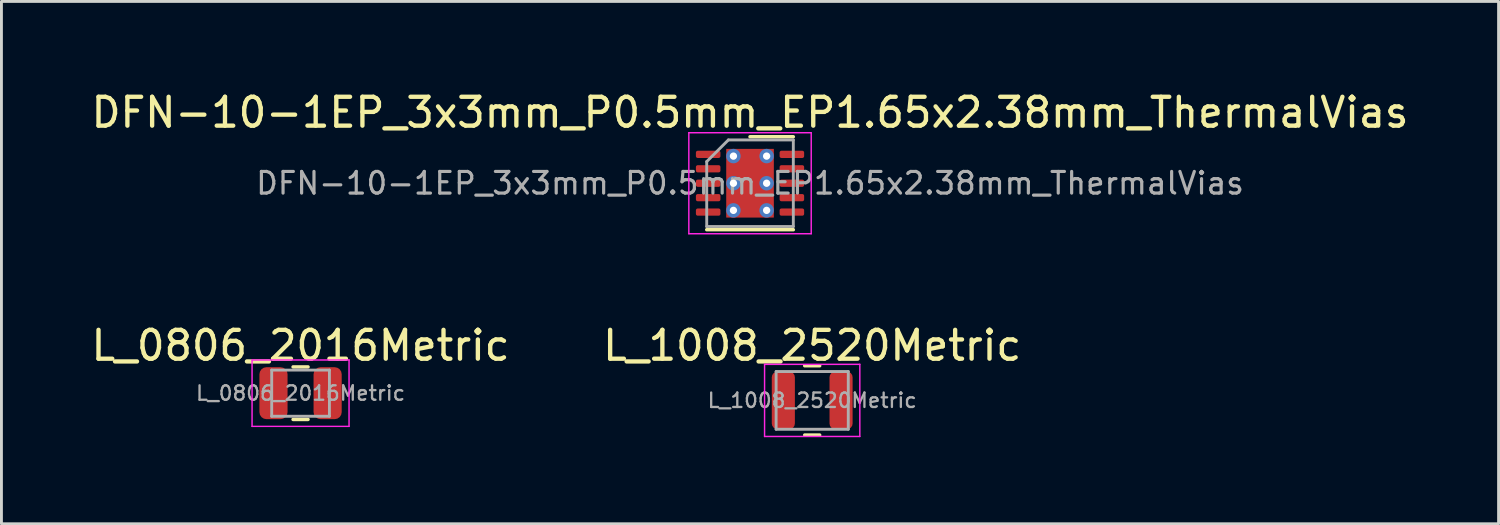
<source format=kicad_pcb>
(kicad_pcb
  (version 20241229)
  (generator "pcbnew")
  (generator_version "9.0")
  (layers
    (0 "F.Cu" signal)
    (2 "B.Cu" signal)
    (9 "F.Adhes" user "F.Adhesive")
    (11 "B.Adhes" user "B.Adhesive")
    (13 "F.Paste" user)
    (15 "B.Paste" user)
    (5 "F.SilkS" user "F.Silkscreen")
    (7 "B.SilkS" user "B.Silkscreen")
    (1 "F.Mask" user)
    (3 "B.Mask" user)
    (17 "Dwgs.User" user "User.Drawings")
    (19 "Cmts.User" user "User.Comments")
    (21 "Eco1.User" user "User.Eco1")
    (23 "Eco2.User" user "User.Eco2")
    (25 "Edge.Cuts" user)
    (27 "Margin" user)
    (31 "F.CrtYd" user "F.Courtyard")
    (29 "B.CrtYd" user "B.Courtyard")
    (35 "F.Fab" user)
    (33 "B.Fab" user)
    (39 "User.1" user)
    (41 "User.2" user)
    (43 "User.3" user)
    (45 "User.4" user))
  (footprint "L_0806_2016Metric"
    (layer "F.Cu")
    (at 7.363 10.572)
    (property "Reference" "L_0806_2016Metric" (at 0 -1.65 0) (layer "F.SilkS") (effects (font (size 1 1) (thickness 0.15))))
    (attr smd)
    (fp_line (start -0.259 -0.91) (end 0.259 -0.91) (stroke (width 0.12) (type solid)) (layer "F.SilkS"))
    (fp_line (start -0.259 0.91) (end 0.259 0.91) (stroke (width 0.12) (type solid)) (layer "F.SilkS"))
    (fp_line (start -1.68 -1.15) (end 1.68 -1.15) (stroke (width 0.05) (type solid)) (layer "F.CrtYd"))
    (fp_line (start -1.68 1.15) (end -1.68 -1.15) (stroke (width 0.05) (type solid)) (layer "F.CrtYd"))
    (fp_line (start 1.68 -1.15) (end 1.68 1.15) (stroke (width 0.05) (type solid)) (layer "F.CrtYd"))
    (fp_line (start 1.68 1.15) (end -1.68 1.15) (stroke (width 0.05) (type solid)) (layer "F.CrtYd"))
    (fp_line (start -1 -0.8) (end 1 -0.8) (stroke (width 0.1) (type solid)) (layer "F.Fab"))
    (fp_line (start -1 0.8) (end -1 -0.8) (stroke (width 0.1) (type solid)) (layer "F.Fab"))
    (fp_line (start 1 -0.8) (end 1 0.8) (stroke (width 0.1) (type solid)) (layer "F.Fab"))
    (fp_line (start 1 0.8) (end -1 0.8) (stroke (width 0.1) (type solid)) (layer "F.Fab"))
    (fp_text user "${REFERENCE}" (at 0 0 0) (layer "F.Fab") (effects (font (size 0.5 0.5) (thickness 0.08))))
    (pad "1" smd roundrect (at -0.938 0) (size 0.975 1.8) (layers "F.Cu" "F.Mask" "F.Paste") (roundrect_rratio 0.25))
    (pad "2" smd roundrect (at 0.938 0) (size 0.975 1.8) (layers "F.Cu" "F.Mask" "F.Paste") (roundrect_rratio 0.25)))
  (footprint "L_1008_2520Metric"
    (layer "F.Cu")
    (at 25.089 10.822)
    (property "Reference" "L_1008_2520Metric" (at 0 -1.9 0) (layer "F.SilkS") (effects (font (size 1 1) (thickness 0.15))))
    (attr smd)
    (fp_line (start -0.259 -1.2) (end 0.259 -1.2) (stroke (width 0.12) (type solid)) (layer "F.SilkS"))
    (fp_line (start -0.259 1.2) (end 0.259 1.2) (stroke (width 0.12) (type solid)) (layer "F.SilkS"))
    (fp_line (start -1.65 -1.25) (end 1.65 -1.25) (stroke (width 0.05) (type solid)) (layer "F.CrtYd"))
    (fp_line (start -1.65 1.25) (end -1.65 -1.25) (stroke (width 0.05) (type solid)) (layer "F.CrtYd"))
    (fp_line (start -1.65 1.25) (end 1.65 1.25) (stroke (width 0.05) (type solid)) (layer "F.CrtYd"))
    (fp_line (start 1.65 -1.25) (end 1.65 1.25) (stroke (width 0.05) (type solid)) (layer "F.CrtYd"))
    (fp_line (start -1.25 -1) (end 1.25 -1) (stroke (width 0.1) (type solid)) (layer "F.Fab"))
    (fp_line (start -1.25 1) (end -1.25 -1) (stroke (width 0.1) (type solid)) (layer "F.Fab"))
    (fp_line (start 1.25 -1) (end 1.25 1) (stroke (width 0.1) (type solid)) (layer "F.Fab"))
    (fp_line (start 1.25 1) (end -1.25 1) (stroke (width 0.1) (type solid)) (layer "F.Fab"))
    (fp_text user "${REFERENCE}" (at 0 0 0) (layer "F.Fab") (effects (font (size 0.5 0.5) (thickness 0.08))))
    (pad "1" smd roundrect (at -1 0) (size 0.8 2) (layers "F.Cu" "F.Mask" "F.Paste") (roundrect_rratio 0.25))
    (pad "2" smd roundrect (at 1 0) (size 0.8 2) (layers "F.Cu" "F.Mask" "F.Paste") (roundrect_rratio 0.25)))
  (footprint "DFN-10-1EP_3x3mm_P0.5mm_EP1.65x2.38mm_ThermalVias"
    (layer "F.Cu")
    (at 22.935 3.298)
    (property "Reference" "DFN-10-1EP_3x3mm_P0.5mm_EP1.65x2.38mm_ThermalVias" (at 0 -2.45 0) (layer "F.SilkS") (effects (font (size 1 1) (thickness 0.15))))
    (attr smd)
    (fp_line (start -1.5 1.61) (end 1.5 1.61) (stroke (width 0.12) (type solid)) (layer "F.SilkS"))
    (fp_line (start 0 -1.61) (end 1.5 -1.61) (stroke (width 0.12) (type solid)) (layer "F.SilkS"))
    (fp_line (start -2.12 -1.75) (end -2.12 1.75) (stroke (width 0.05) (type solid)) (layer "F.CrtYd"))
    (fp_line (start -2.12 1.75) (end 2.12 1.75) (stroke (width 0.05) (type solid)) (layer "F.CrtYd"))
    (fp_line (start 2.12 -1.75) (end -2.12 -1.75) (stroke (width 0.05) (type solid)) (layer "F.CrtYd"))
    (fp_line (start 2.12 1.75) (end 2.12 -1.75) (stroke (width 0.05) (type solid)) (layer "F.CrtYd"))
    (fp_line (start -1.5 -0.75) (end -0.75 -1.5) (stroke (width 0.1) (type solid)) (layer "F.Fab"))
    (fp_line (start -1.5 1.5) (end -1.5 -0.75) (stroke (width 0.1) (type solid)) (layer "F.Fab"))
    (fp_line (start -0.75 -1.5) (end 1.5 -1.5) (stroke (width 0.1) (type solid)) (layer "F.Fab"))
    (fp_line (start 1.5 -1.5) (end 1.5 1.5) (stroke (width 0.1) (type solid)) (layer "F.Fab"))
    (fp_line (start 1.5 1.5) (end -1.5 1.5) (stroke (width 0.1) (type solid)) (layer "F.Fab"))
    (fp_text user "${REFERENCE}" (at 0 0 0) (layer "F.Fab") (effects (font (size 0.75 0.75) (thickness 0.11))))
    (pad "" smd roundrect (at -0.41 -0.595) (size 0.67 0.96) (layers "F.Paste") (roundrect_rratio 0.25))
    (pad "" smd roundrect (at -0.41 0.595) (size 0.67 0.96) (layers "F.Paste") (roundrect_rratio 0.25))
    (pad "" smd roundrect (at 0.41 -0.595) (size 0.67 0.96) (layers "F.Paste") (roundrect_rratio 0.25))
    (pad "" smd roundrect (at 0.41 0.595) (size 0.67 0.96) (layers "F.Paste") (roundrect_rratio 0.25))
    (pad "1" smd roundrect (at -1.45 -1) (size 0.85 0.25) (layers "F.Cu" "F.Mask" "F.Paste") (roundrect_rratio 0.25))
    (pad "2" smd roundrect (at -1.45 -0.5) (size 0.85 0.25) (layers "F.Cu" "F.Mask" "F.Paste") (roundrect_rratio 0.25))
    (pad "3" smd roundrect (at -1.45 0) (size 0.85 0.25) (layers "F.Cu" "F.Mask" "F.Paste") (roundrect_rratio 0.25))
    (pad "4" smd roundrect (at -1.45 0.5) (size 0.85 0.25) (layers "F.Cu" "F.Mask" "F.Paste") (roundrect_rratio 0.25))
    (pad "5" smd roundrect (at -1.45 1) (size 0.85 0.25) (layers "F.Cu" "F.Mask" "F.Paste") (roundrect_rratio 0.25))
    (pad "6" smd roundrect (at 1.45 1) (size 0.85 0.25) (layers "F.Cu" "F.Mask" "F.Paste") (roundrect_rratio 0.25))
    (pad "7" smd roundrect (at 1.45 0.5) (size 0.85 0.25) (layers "F.Cu" "F.Mask" "F.Paste") (roundrect_rratio 0.25))
    (pad "8" smd roundrect (at 1.45 0) (size 0.85 0.25) (layers "F.Cu" "F.Mask" "F.Paste") (roundrect_rratio 0.25))
    (pad "9" smd roundrect (at 1.45 -0.5) (size 0.85 0.25) (layers "F.Cu" "F.Mask" "F.Paste") (roundrect_rratio 0.25))
    (pad "10" smd roundrect (at 1.45 -1) (size 0.85 0.25) (layers "F.Cu" "F.Mask" "F.Paste") (roundrect_rratio 0.25))
    (pad "11" thru_hole circle (at -0.575 -0.94) (size 0.5 0.5) (drill 0.254) (layers "*.Cu"))
    (pad "11" thru_hole circle (at -0.575 0) (size 0.5 0.5) (drill 0.254) (layers "*.Cu"))
    (pad "11" thru_hole circle (at -0.575 0.94) (size 0.5 0.5) (drill 0.254) (layers "*.Cu"))
    (pad "11" smd rect (at 0 0) (size 1.65 2.38) (layers "F.Cu" "F.Mask"))
    (pad "11" thru_hole circle (at 0.575 -0.94) (size 0.5 0.5) (drill 0.254) (layers "*.Cu"))
    (pad "11" thru_hole circle (at 0.575 0) (size 0.5 0.5) (drill 0.254) (layers "*.Cu"))
    (pad "11" thru_hole circle (at 0.575 0.94) (size 0.5 0.5) (drill 0.254) (layers "*.Cu")))
  (gr_rect
    (start -3 -3)
    (end 48.869 15.097)
    (stroke (width 0.1) (type default))
    (fill no)
    (layer "Edge.Cuts")))
</source>
